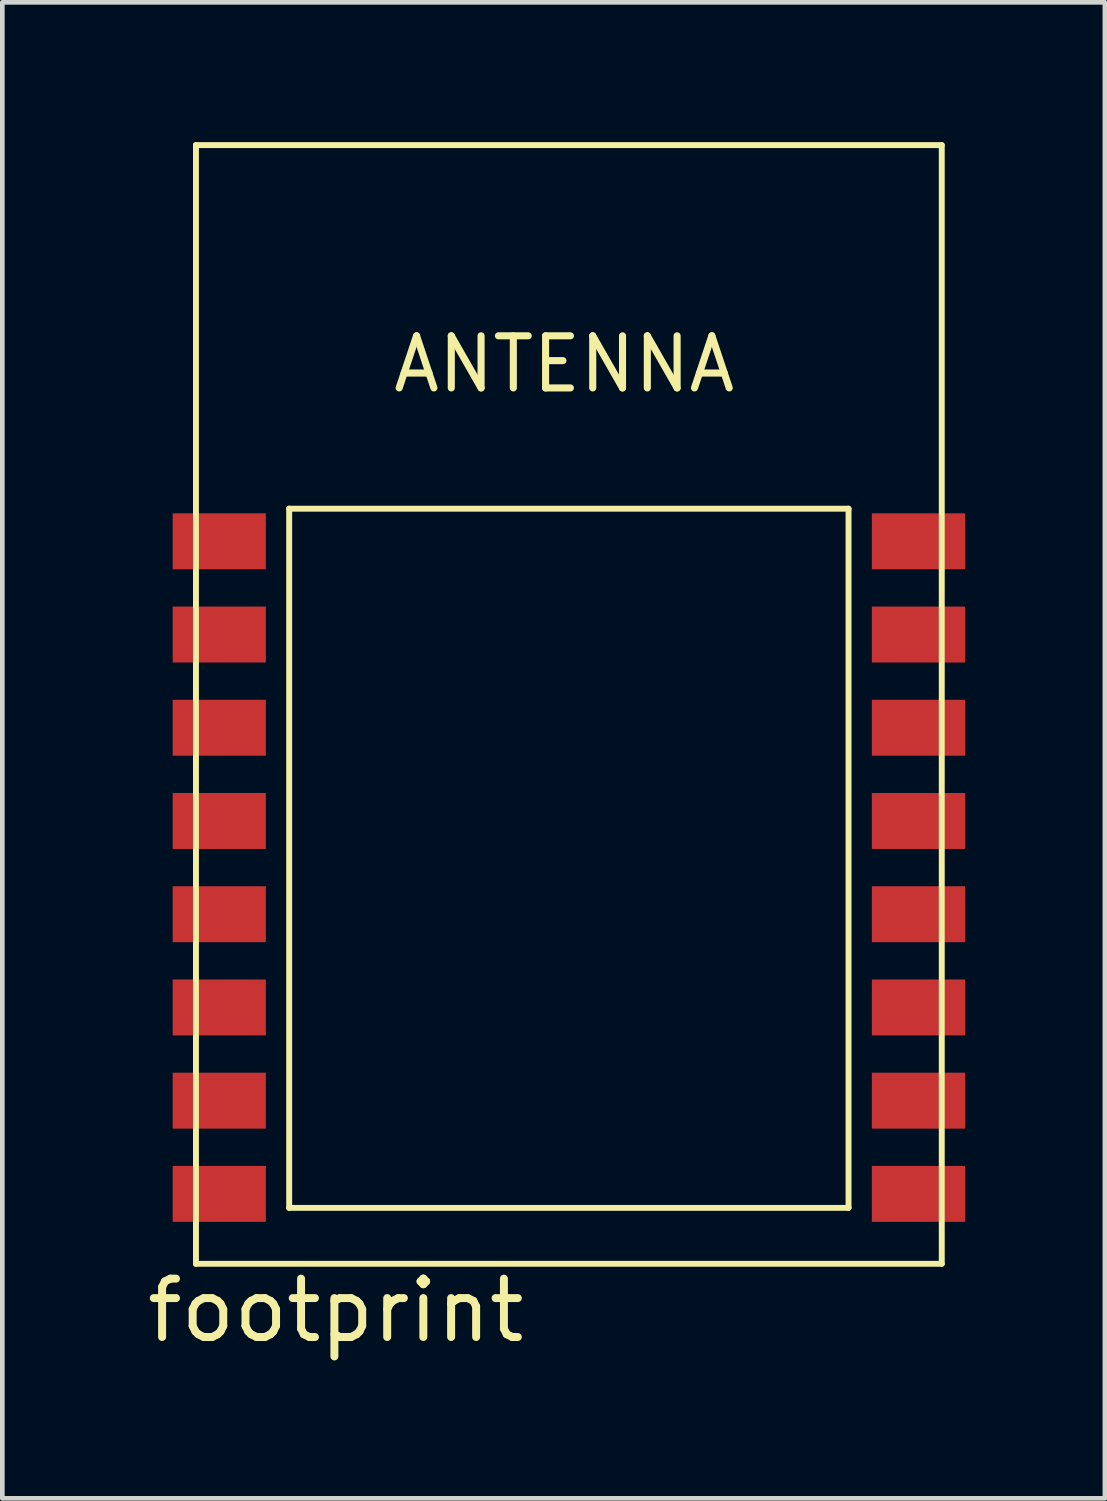
<source format=kicad_pcb>
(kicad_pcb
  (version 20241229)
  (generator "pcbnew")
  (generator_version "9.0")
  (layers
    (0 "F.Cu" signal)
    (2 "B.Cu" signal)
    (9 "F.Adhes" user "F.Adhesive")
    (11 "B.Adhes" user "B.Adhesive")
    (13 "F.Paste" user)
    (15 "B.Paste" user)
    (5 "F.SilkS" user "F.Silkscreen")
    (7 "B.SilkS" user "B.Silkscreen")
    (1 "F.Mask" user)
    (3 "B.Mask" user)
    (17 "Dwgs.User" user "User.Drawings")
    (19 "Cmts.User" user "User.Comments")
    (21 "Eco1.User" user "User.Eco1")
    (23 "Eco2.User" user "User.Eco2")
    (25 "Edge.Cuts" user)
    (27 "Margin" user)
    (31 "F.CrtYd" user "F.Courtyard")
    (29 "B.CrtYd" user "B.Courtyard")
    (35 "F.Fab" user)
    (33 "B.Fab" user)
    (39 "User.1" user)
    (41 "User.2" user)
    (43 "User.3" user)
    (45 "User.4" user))
  (footprint "footprint"
    (layer "F.Cu")
    (at 9.154 13.063)
    (property "Reference" "footprint" (at -5 12 0) (layer "F.SilkS") (effects (font (size 1.252 1.252) (thickness 0.171))))
    (fp_line (start -8 -13) (end 8 -13) (stroke (width 0.127) (type solid)) (layer "F.SilkS"))
    (fp_line (start -8 11) (end -8 -13) (stroke (width 0.127) (type solid)) (layer "F.SilkS"))
    (fp_line (start -6 -5.2) (end 6 -5.2) (stroke (width 0.127) (type solid)) (layer "F.SilkS"))
    (fp_line (start -6 9.8) (end -6 -5.2) (stroke (width 0.127) (type solid)) (layer "F.SilkS"))
    (fp_line (start 6 -5.2) (end 6 9.8) (stroke (width 0.127) (type solid)) (layer "F.SilkS"))
    (fp_line (start 6 9.8) (end -6 9.8) (stroke (width 0.127) (type solid)) (layer "F.SilkS"))
    (fp_line (start 8 -13) (end 8 11) (stroke (width 0.127) (type solid)) (layer "F.SilkS"))
    (fp_line (start 8 11) (end -8 11) (stroke (width 0.127) (type solid)) (layer "F.SilkS"))
    (fp_text user "ANTENNA" (at -0.1 -8.3 0) (layer "F.SilkS") (effects (font (size 1.118 1.118) (thickness 0.152))))
    (pad "1" smd rect (at -7.5 -4.5) (size 2 1.2) (layers "F.Cu" "F.Mask" "F.Paste"))
    (pad "2" smd rect (at -7.5 -2.5) (size 2 1.2) (layers "F.Cu" "F.Mask" "F.Paste"))
    (pad "3" smd rect (at -7.5 -0.5) (size 2 1.2) (layers "F.Cu" "F.Mask" "F.Paste"))
    (pad "4" smd rect (at -7.5 1.5) (size 2 1.2) (layers "F.Cu" "F.Mask" "F.Paste"))
    (pad "5" smd rect (at -7.5 3.5) (size 2 1.2) (layers "F.Cu" "F.Mask" "F.Paste"))
    (pad "6" smd rect (at -7.5 5.5) (size 2 1.2) (layers "F.Cu" "F.Mask" "F.Paste"))
    (pad "7" smd rect (at -7.5 7.5) (size 2 1.2) (layers "F.Cu" "F.Mask" "F.Paste"))
    (pad "8" smd rect (at -7.5 9.5) (size 2 1.2) (layers "F.Cu" "F.Mask" "F.Paste"))
    (pad "9" smd rect (at 7.5 9.5) (size 2 1.2) (layers "F.Cu" "F.Mask" "F.Paste"))
    (pad "10" smd rect (at 7.5 7.5) (size 2 1.2) (layers "F.Cu" "F.Mask" "F.Paste"))
    (pad "11" smd rect (at 7.5 5.5) (size 2 1.2) (layers "F.Cu" "F.Mask" "F.Paste"))
    (pad "12" smd rect (at 7.5 3.5) (size 2 1.2) (layers "F.Cu" "F.Mask" "F.Paste"))
    (pad "13" smd rect (at 7.5 1.5) (size 2 1.2) (layers "F.Cu" "F.Mask" "F.Paste"))
    (pad "14" smd rect (at 7.5 -0.5) (size 2 1.2) (layers "F.Cu" "F.Mask" "F.Paste"))
    (pad "15" smd rect (at 7.5 -2.5) (size 2 1.2) (layers "F.Cu" "F.Mask" "F.Paste"))
    (pad "16" smd rect (at 7.5 -4.5) (size 2 1.2) (layers "F.Cu" "F.Mask" "F.Paste"))
    (zone (net_name "") (layer "F.Cu") (hatch edge 0.508) (connect_pads) (min_thickness 0.254) (filled_areas_thickness no) (keepout (tracks not_allowed) (vias not_allowed) (pads not_allowed) (copperpour not_allowed) (footprints allowed)) (placement (enabled no)) (fill) (polygon (pts (xy 1.154 7.064) (xy 17.154 7.064) (xy 17.154 0.064) (xy 1.154 0.064))))
    (zone (net_name "") (layer "B.Cu") (hatch edge 0.508) (connect_pads) (min_thickness 0.254) (filled_areas_thickness no) (keepout (tracks not_allowed) (vias not_allowed) (pads not_allowed) (copperpour not_allowed) (footprints allowed)) (placement (enabled no)) (fill) (polygon (pts (xy 1.154 7.064) (xy 17.154 7.064) (xy 17.154 0.064) (xy 1.154 0.064)))))
  (gr_rect
    (start -3 -3)
    (end 20.654 29.095)
    (stroke (width 0.1) (type default))
    (fill no)
    (layer "Edge.Cuts")))
</source>
